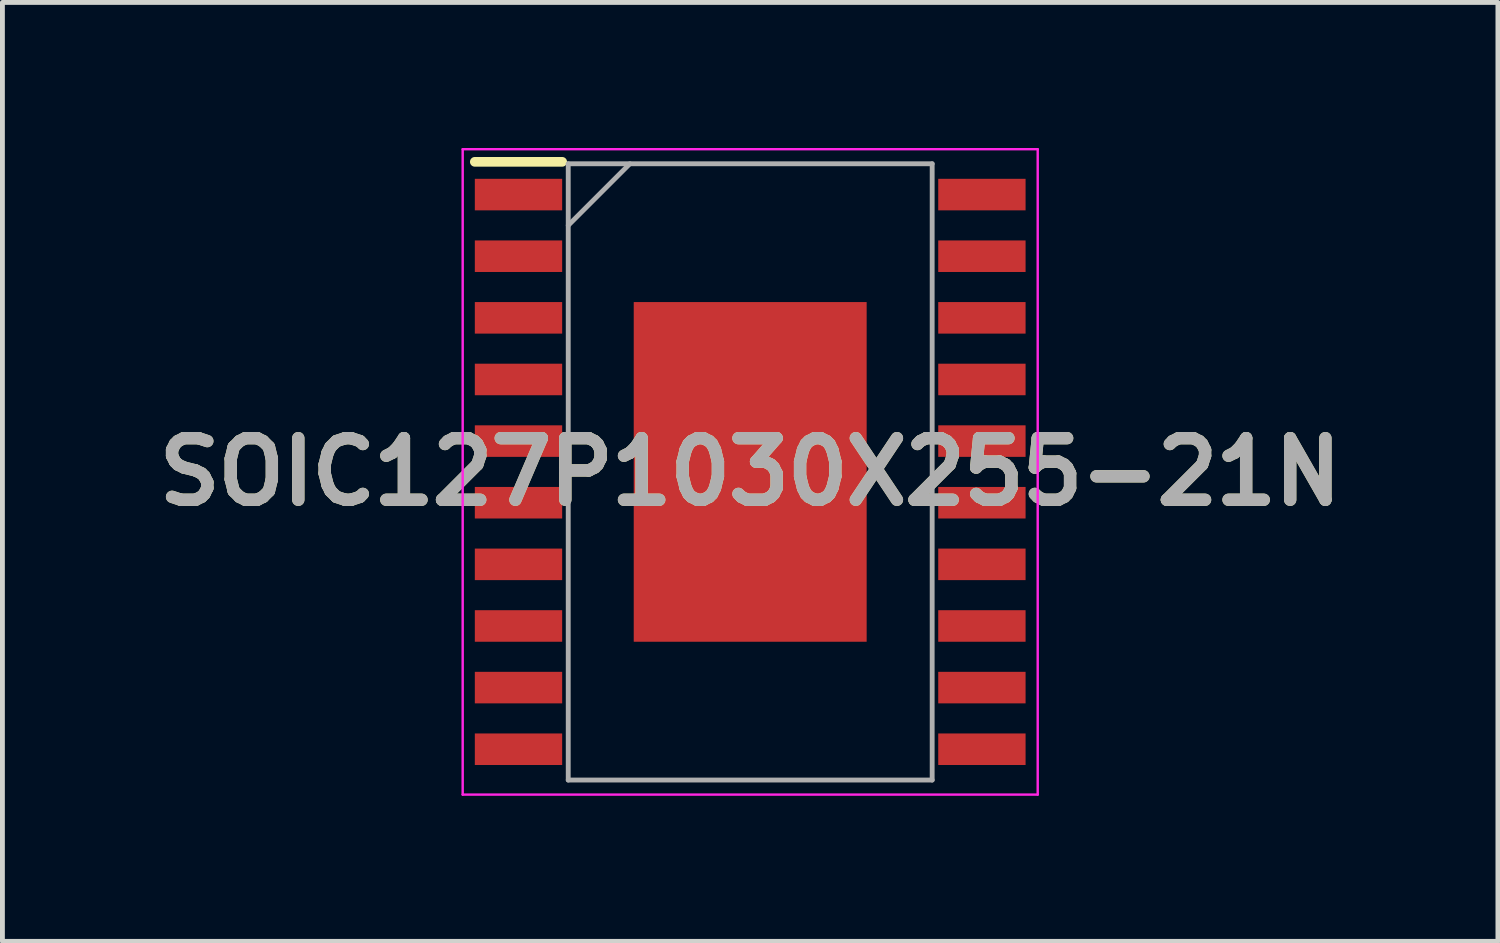
<source format=kicad_pcb>
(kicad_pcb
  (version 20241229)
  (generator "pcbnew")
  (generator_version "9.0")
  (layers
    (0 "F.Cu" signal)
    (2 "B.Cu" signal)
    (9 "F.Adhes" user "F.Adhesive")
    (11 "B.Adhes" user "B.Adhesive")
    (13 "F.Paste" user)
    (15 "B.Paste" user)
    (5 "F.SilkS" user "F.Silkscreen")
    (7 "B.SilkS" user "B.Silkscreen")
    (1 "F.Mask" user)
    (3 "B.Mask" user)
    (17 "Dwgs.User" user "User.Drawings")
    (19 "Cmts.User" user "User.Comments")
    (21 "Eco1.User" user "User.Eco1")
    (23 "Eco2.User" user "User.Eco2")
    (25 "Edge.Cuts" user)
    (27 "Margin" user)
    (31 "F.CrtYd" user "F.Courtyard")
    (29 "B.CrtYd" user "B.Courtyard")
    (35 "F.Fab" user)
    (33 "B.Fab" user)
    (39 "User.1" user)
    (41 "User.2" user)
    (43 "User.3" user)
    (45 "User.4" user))
  (footprint "SOIC127P1030X255-21N"
    (layer "F.Cu")
    (at 12.41 6.675)
    (property "Reference" "SOIC127P1030X255-21N" (at 0 0 0) (layer "F.SilkS") (effects (font (size 1.27 1.27) (thickness 0.254))))
    (attr smd)
    (fp_line (start -5.675 -6.39) (end -3.875 -6.39) (stroke (width 0.2) (type solid)) (layer "F.SilkS"))
    (fp_line (start -5.925 -6.65) (end 5.925 -6.65) (stroke (width 0.05) (type solid)) (layer "F.CrtYd"))
    (fp_line (start -5.925 6.65) (end -5.925 -6.65) (stroke (width 0.05) (type solid)) (layer "F.CrtYd"))
    (fp_line (start 5.925 -6.65) (end 5.925 6.65) (stroke (width 0.05) (type solid)) (layer "F.CrtYd"))
    (fp_line (start 5.925 6.65) (end -5.925 6.65) (stroke (width 0.05) (type solid)) (layer "F.CrtYd"))
    (fp_line (start -3.75 -6.35) (end 3.75 -6.35) (stroke (width 0.1) (type solid)) (layer "F.Fab"))
    (fp_line (start -3.75 -5.08) (end -2.48 -6.35) (stroke (width 0.1) (type solid)) (layer "F.Fab"))
    (fp_line (start -3.75 6.35) (end -3.75 -6.35) (stroke (width 0.1) (type solid)) (layer "F.Fab"))
    (fp_line (start 3.75 -6.35) (end 3.75 6.35) (stroke (width 0.1) (type solid)) (layer "F.Fab"))
    (fp_line (start 3.75 6.35) (end -3.75 6.35) (stroke (width 0.1) (type solid)) (layer "F.Fab"))
    (fp_text user "${REFERENCE}" (at 0 0 0) (layer "F.Fab") (effects (font (size 1.27 1.27) (thickness 0.254))))
    (pad "1" smd rect (at -4.775 -5.715 90) (size 0.65 1.8) (layers "F.Cu" "F.Mask" "F.Paste"))
    (pad "2" smd rect (at -4.775 -4.445 90) (size 0.65 1.8) (layers "F.Cu" "F.Mask" "F.Paste"))
    (pad "3" smd rect (at -4.775 -3.175 90) (size 0.65 1.8) (layers "F.Cu" "F.Mask" "F.Paste"))
    (pad "4" smd rect (at -4.775 -1.905 90) (size 0.65 1.8) (layers "F.Cu" "F.Mask" "F.Paste"))
    (pad "5" smd rect (at -4.775 -0.635 90) (size 0.65 1.8) (layers "F.Cu" "F.Mask" "F.Paste"))
    (pad "6" smd rect (at -4.775 0.635 90) (size 0.65 1.8) (layers "F.Cu" "F.Mask" "F.Paste"))
    (pad "7" smd rect (at -4.775 1.905 90) (size 0.65 1.8) (layers "F.Cu" "F.Mask" "F.Paste"))
    (pad "8" smd rect (at -4.775 3.175 90) (size 0.65 1.8) (layers "F.Cu" "F.Mask" "F.Paste"))
    (pad "9" smd rect (at -4.775 4.445 90) (size 0.65 1.8) (layers "F.Cu" "F.Mask" "F.Paste"))
    (pad "10" smd rect (at -4.775 5.715 90) (size 0.65 1.8) (layers "F.Cu" "F.Mask" "F.Paste"))
    (pad "11" smd rect (at 4.775 5.715 90) (size 0.65 1.8) (layers "F.Cu" "F.Mask" "F.Paste"))
    (pad "12" smd rect (at 4.775 4.445 90) (size 0.65 1.8) (layers "F.Cu" "F.Mask" "F.Paste"))
    (pad "13" smd rect (at 4.775 3.175 90) (size 0.65 1.8) (layers "F.Cu" "F.Mask" "F.Paste"))
    (pad "14" smd rect (at 4.775 1.905 90) (size 0.65 1.8) (layers "F.Cu" "F.Mask" "F.Paste"))
    (pad "15" smd rect (at 4.775 0.635 90) (size 0.65 1.8) (layers "F.Cu" "F.Mask" "F.Paste"))
    (pad "16" smd rect (at 4.775 -0.635 90) (size 0.65 1.8) (layers "F.Cu" "F.Mask" "F.Paste"))
    (pad "17" smd rect (at 4.775 -1.905 90) (size 0.65 1.8) (layers "F.Cu" "F.Mask" "F.Paste"))
    (pad "18" smd rect (at 4.775 -3.175 90) (size 0.65 1.8) (layers "F.Cu" "F.Mask" "F.Paste"))
    (pad "19" smd rect (at 4.775 -4.445 90) (size 0.65 1.8) (layers "F.Cu" "F.Mask" "F.Paste"))
    (pad "20" smd rect (at 4.775 -5.715 90) (size 0.65 1.8) (layers "F.Cu" "F.Mask" "F.Paste"))
    (pad "21" smd rect (at 0 0) (size 4.8 7) (layers "F.Cu" "F.Mask" "F.Paste")))
  (gr_rect
    (start -3 -3)
    (end 27.819 16.35)
    (stroke (width 0.1) (type default))
    (fill no)
    (layer "Edge.Cuts")))
</source>
